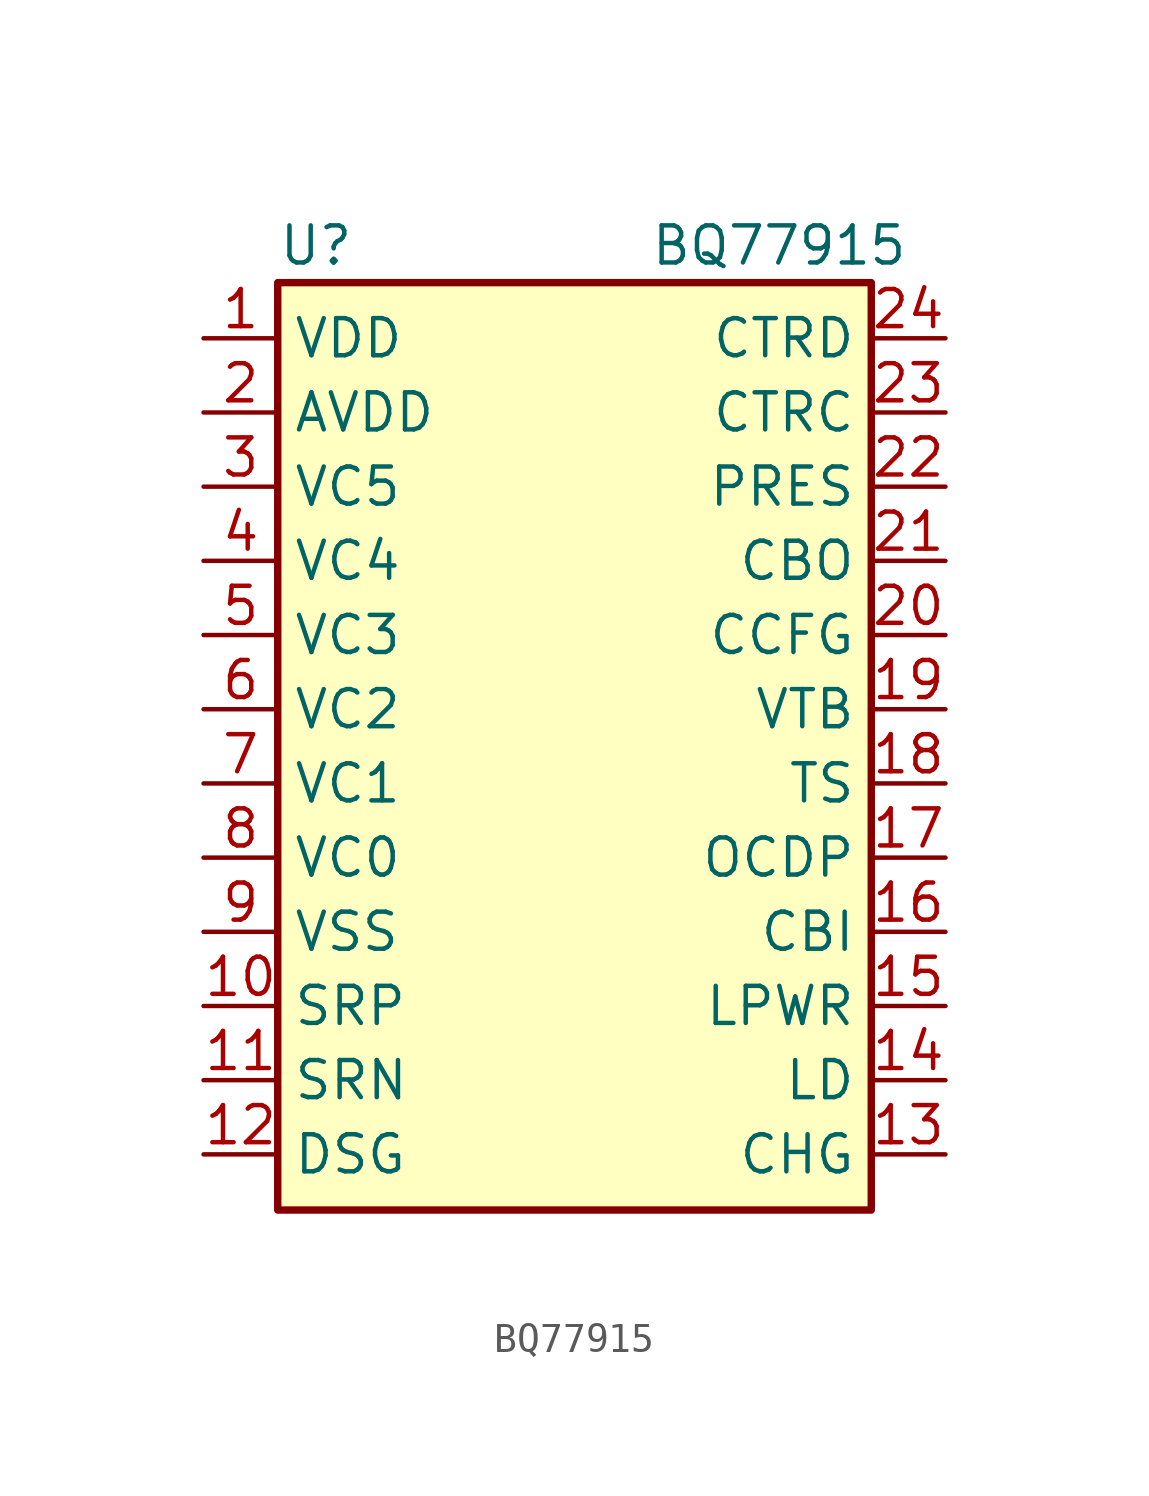
<source format=kicad_sym>
(kicad_symbol_lib
  (version 20211014)
  (generator kicad_symbol_editor)
  (symbol "BQ77915"
    (property "Reference" "U"
      (at -10.16 17.145 0)
      (effects (font (size 1.27 1.27)) (justify left)))
    (property "Value" "BQ77915"
      (at 11.43 17.145 0)
      (effects (font (size 1.27 1.27)) (justify right)))
    (symbol "BQ77915_0_1"
      (rectangle (start -10.16 15.875) (end 10.16 -15.875) (stroke (width 0.254) (type default) (color 0 0 0 0)) (fill (type background))))
    (symbol "BQ77915_1_0"
      (pin input line (at -12.7 -8.89 0) (length 2.54) (name "SRP" (effects (font (size 1.27 1.27)))) (number "10" (effects (font (size 1.27 1.27)))))
      (pin input line (at -12.7 -11.43 0) (length 2.54) (name "SRN" (effects (font (size 1.27 1.27)))) (number "11" (effects (font (size 1.27 1.27)))))
      (pin output line (at 12.7 -13.97 180) (length 2.54) (name "CHG" (effects (font (size 1.27 1.27)))) (number "13" (effects (font (size 1.27 1.27)))))
      (pin input line (at 12.7 -11.43 180) (length 2.54) (name "LD" (effects (font (size 1.27 1.27)))) (number "14" (effects (font (size 1.27 1.27)))))
      (pin output line (at 12.7 -8.89 180) (length 2.54) (name "LPWR" (effects (font (size 1.27 1.27)))) (number "15" (effects (font (size 1.27 1.27)))))
      (pin input line (at 12.7 -6.35 180) (length 2.54) (name "CBI" (effects (font (size 1.27 1.27)))) (number "16" (effects (font (size 1.27 1.27)))))
      (pin input line (at 12.7 -3.81 180) (length 2.54) (name "OCDP" (effects (font (size 1.27 1.27)))) (number "17" (effects (font (size 1.27 1.27)))))
      (pin input line (at 12.7 -1.27 180) (length 2.54) (name "TS" (effects (font (size 1.27 1.27)))) (number "18" (effects (font (size 1.27 1.27)))))
      (pin output line (at 12.7 1.27 180) (length 2.54) (name "VTB" (effects (font (size 1.27 1.27)))) (number "19" (effects (font (size 1.27 1.27)))))
      (pin input line (at 12.7 3.81 180) (length 2.54) (name "CCFG" (effects (font (size 1.27 1.27)))) (number "20" (effects (font (size 1.27 1.27)))))
      (pin output line (at 12.7 6.35 180) (length 2.54) (name "CBO" (effects (font (size 1.27 1.27)))) (number "21" (effects (font (size 1.27 1.27)))))
      (pin input line (at 12.7 8.89 180) (length 2.54) (name "PRES" (effects (font (size 1.27 1.27)))) (number "22" (effects (font (size 1.27 1.27)))))
      (pin input line (at 12.7 11.43 180) (length 2.54) (name "CTRC" (effects (font (size 1.27 1.27)))) (number "23" (effects (font (size 1.27 1.27)))))
      (pin input line (at 12.7 13.97 180) (length 2.54) (name "CTRD" (effects (font (size 1.27 1.27)))) (number "24" (effects (font (size 1.27 1.27)))))
      (pin input line (at -12.7 8.89 0) (length 2.54) (name "VC5" (effects (font (size 1.27 1.27)))) (number "3" (effects (font (size 1.27 1.27)))))
      (pin input line (at -12.7 6.35 0) (length 2.54) (name "VC4" (effects (font (size 1.27 1.27)))) (number "4" (effects (font (size 1.27 1.27)))))
      (pin input line (at -12.7 3.81 0) (length 2.54) (name "VC3" (effects (font (size 1.27 1.27)))) (number "5" (effects (font (size 1.27 1.27)))))
      (pin input line (at -12.7 1.27 0) (length 2.54) (name "VC2" (effects (font (size 1.27 1.27)))) (number "6" (effects (font (size 1.27 1.27)))))
      (pin input line (at -12.7 -1.27 0) (length 2.54) (name "VC1" (effects (font (size 1.27 1.27)))) (number "7" (effects (font (size 1.27 1.27)))))
      (pin input line (at -12.7 -3.81 0) (length 2.54) (name "VC0" (effects (font (size 1.27 1.27)))) (number "8" (effects (font (size 1.27 1.27)))))
      (pin power_in line (at -12.7 -6.35 0) (length 2.54) (name "VSS" (effects (font (size 1.27 1.27)))) (number "9" (effects (font (size 1.27 1.27))))))
    (symbol "BQ77915_1_1"
      (pin power_in line (at -12.7 13.97 0) (length 2.54) (name "VDD" (effects (font (size 1.27 1.27)))) (number "1" (effects (font (size 1.27 1.27)))))
      (pin output line (at -12.7 -13.97 0) (length 2.54) (name "DSG" (effects (font (size 1.27 1.27)))) (number "12" (effects (font (size 1.27 1.27)))))
      (pin output line (at -12.7 11.43 0) (length 2.54) (name "AVDD" (effects (font (size 1.27 1.27)))) (number "2" (effects (font (size 1.27 1.27))))))))
</source>
